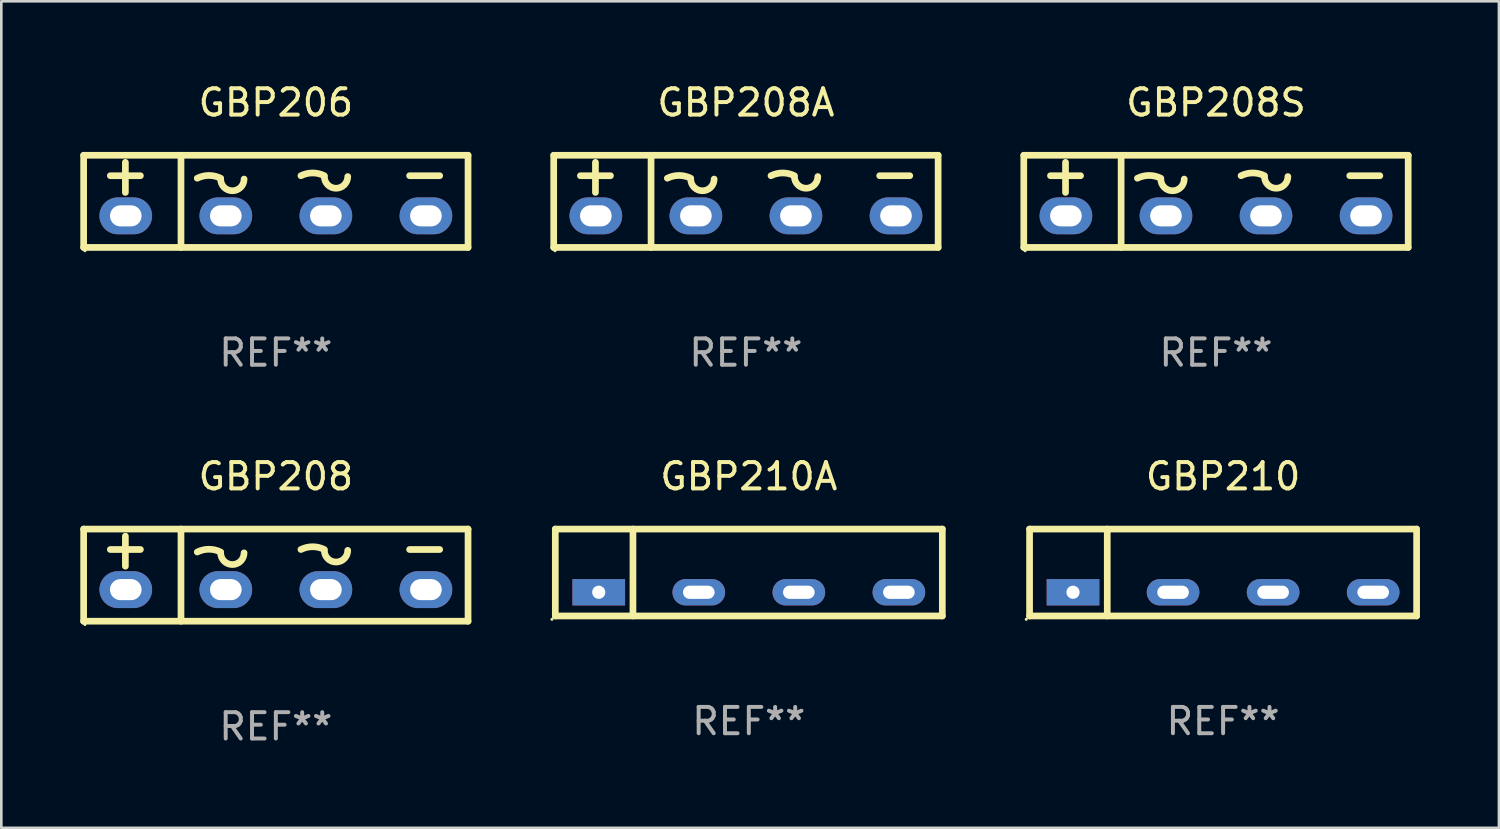
<source format=kicad_pcb>
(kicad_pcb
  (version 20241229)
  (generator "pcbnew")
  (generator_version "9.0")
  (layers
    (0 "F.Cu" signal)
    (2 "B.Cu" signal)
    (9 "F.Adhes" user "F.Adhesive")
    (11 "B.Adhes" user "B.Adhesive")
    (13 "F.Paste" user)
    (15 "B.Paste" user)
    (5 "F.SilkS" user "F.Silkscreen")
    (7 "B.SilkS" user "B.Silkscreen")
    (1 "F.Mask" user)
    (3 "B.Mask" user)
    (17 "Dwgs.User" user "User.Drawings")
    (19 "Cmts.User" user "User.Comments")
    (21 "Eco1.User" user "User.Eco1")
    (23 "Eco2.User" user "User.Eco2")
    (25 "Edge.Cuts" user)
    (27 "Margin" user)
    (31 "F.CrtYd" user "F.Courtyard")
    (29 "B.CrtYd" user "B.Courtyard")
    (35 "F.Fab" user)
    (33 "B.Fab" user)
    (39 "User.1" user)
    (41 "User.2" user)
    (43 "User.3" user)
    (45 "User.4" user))
  (footprint "GBP210"
    (layer "F.Cu")
    (at 43.405 18.695)
    (property "Reference" "GBP210" (at 0 -3.65 0) (layer "F.SilkS") (effects (font (size 1 1) (thickness 0.15))))
    (attr through_hole)
    (fp_line (start -7.35 -1.65) (end 7.35 -1.65) (stroke (width 0.254) (type solid)) (layer "F.SilkS"))
    (fp_line (start -7.35 1.65) (end -7.35 -1.65) (stroke (width 0.254) (type solid)) (layer "F.SilkS"))
    (fp_line (start -4.4 -1.65) (end -4.4 1.65) (stroke (width 0.254) (type solid)) (layer "F.SilkS"))
    (fp_line (start 7.35 -1.65) (end 7.35 1.65) (stroke (width 0.254) (type solid)) (layer "F.SilkS"))
    (fp_line (start 7.35 1.65) (end -7.35 1.65) (stroke (width 0.254) (type solid)) (layer "F.SilkS"))
    (fp_circle (center -7.477 1.777) (end -7.447 1.777) (stroke (width 0.06) (type solid)) (fill no) (layer "F.SilkS"))
    (fp_text user "REF**" (at 0 5.65 0) (layer "F.Fab") (effects (font (size 1 1) (thickness 0.15))))
    (pad "1" thru_hole rect (at -5.7 0.75) (size 2 1) (drill 0.5) (layers "*.Cu" "*.Mask"))
    (pad "2" thru_hole oval (at -1.9 0.75) (size 2 1) (drill oval 1.2 0.5) (layers "*.Cu" "*.Mask"))
    (pad "3" thru_hole oval (at 1.9 0.75) (size 2 1) (drill oval 1.2 0.5) (layers "*.Cu" "*.Mask"))
    (pad "4" thru_hole oval (at 5.7 0.75) (size 2 1) (drill oval 1.2 0.5) (layers "*.Cu" "*.Mask")))
  (footprint "GBP208"
    (layer "F.Cu")
    (at 7.427 18.795)
    (property "Reference" "GBP208" (at 0 -3.75 0) (layer "F.SilkS") (effects (font (size 1 1) (thickness 0.15))))
    (attr through_hole)
    (fp_line (start -7.3 -1.75) (end 7.3 -1.75) (stroke (width 0.254) (type solid)) (layer "F.SilkS"))
    (fp_line (start -7.3 1.75) (end -7.3 -1.75) (stroke (width 0.254) (type solid)) (layer "F.SilkS"))
    (fp_line (start -6.287 -0.974) (end -5.144 -0.974) (stroke (width 0.254) (type solid)) (layer "F.SilkS"))
    (fp_line (start -5.715 -0.339) (end -5.715 -1.482) (stroke (width 0.254) (type solid)) (layer "F.SilkS"))
    (fp_line (start -3.603 -1.75) (end -3.603 1.75) (stroke (width 0.254) (type solid)) (layer "F.SilkS"))
    (fp_line (start 5.08 -0.974) (end 6.223 -0.974) (stroke (width 0.254) (type solid)) (layer "F.SilkS"))
    (fp_line (start 7.3 1.75) (end -7.3 1.75) (stroke (width 0.254) (type solid)) (layer "F.SilkS"))
    (fp_line (start 7.3 1.75) (end 7.3 -1.75) (stroke (width 0.254) (type solid)) (layer "F.SilkS"))
    (fp_arc (start -2.984544 -0.87874) (mid -2.540043 -0.983672) (end -2.095542 -0.87874) (stroke (width 0.254001) (type solid)) (layer "F.SilkS"))
    (fp_arc (start -1.206515 -0.84699) (mid -1.651016 -0.402489) (end -2.095517 -0.84699) (stroke (width 0.254001) (type solid)) (layer "F.SilkS"))
    (fp_arc (start 0.952489 -0.97399) (mid 1.39699 -1.078923) (end 1.84149 -0.97399) (stroke (width 0.254001) (type solid)) (layer "F.SilkS"))
    (fp_arc (start 2.730518 -0.94224) (mid 2.286017 -0.497739) (end 1.841516 -0.94224) (stroke (width 0.254001) (type solid)) (layer "F.SilkS"))
    (fp_circle (center -7.25 1.875) (end -7.22 1.875) (stroke (width 0.06) (type solid)) (fill no) (layer "F.SilkS"))
    (fp_text user "REF**" (at 0 5.75 0) (layer "F.Fab") (effects (font (size 1 1) (thickness 0.15))))
    (pad "1" thru_hole oval (at -5.7 0.55) (size 2 1.4) (drill oval 1.2 0.8) (layers "*.Cu" "*.Mask"))
    (pad "2" thru_hole oval (at -1.9 0.55) (size 2 1.4) (drill oval 1.2 0.8) (layers "*.Cu" "*.Mask"))
    (pad "3" thru_hole oval (at 1.9 0.55) (size 2 1.4) (drill oval 1.2 0.8) (layers "*.Cu" "*.Mask"))
    (pad "4" thru_hole oval (at 5.7 0.55) (size 2 1.4) (drill oval 1.2 0.8) (layers "*.Cu" "*.Mask")))
  (footprint "GBP210A"
    (layer "F.Cu")
    (at 25.391 18.695)
    (property "Reference" "GBP210A" (at 0 -3.65 0) (layer "F.SilkS") (effects (font (size 1 1) (thickness 0.15))))
    (attr through_hole)
    (fp_line (start -7.35 -1.65) (end 7.35 -1.65) (stroke (width 0.254) (type solid)) (layer "F.SilkS"))
    (fp_line (start -7.35 1.65) (end -7.35 -1.65) (stroke (width 0.254) (type solid)) (layer "F.SilkS"))
    (fp_line (start -4.4 -1.65) (end -4.4 1.65) (stroke (width 0.254) (type solid)) (layer "F.SilkS"))
    (fp_line (start 7.35 -1.65) (end 7.35 1.65) (stroke (width 0.254) (type solid)) (layer "F.SilkS"))
    (fp_line (start 7.35 1.65) (end -7.35 1.65) (stroke (width 0.254) (type solid)) (layer "F.SilkS"))
    (fp_circle (center -7.477 1.777) (end -7.447 1.777) (stroke (width 0.06) (type solid)) (fill no) (layer "F.SilkS"))
    (fp_text user "REF**" (at 0 5.65 0) (layer "F.Fab") (effects (font (size 1 1) (thickness 0.15))))
    (pad "1" thru_hole rect (at -5.7 0.75) (size 2 1) (drill 0.5) (layers "*.Cu" "*.Mask"))
    (pad "2" thru_hole oval (at -1.9 0.75) (size 2 1) (drill oval 1.2 0.5) (layers "*.Cu" "*.Mask"))
    (pad "3" thru_hole oval (at 1.9 0.75) (size 2 1) (drill oval 1.2 0.5) (layers "*.Cu" "*.Mask"))
    (pad "4" thru_hole oval (at 5.7 0.75) (size 2 1) (drill oval 1.2 0.5) (layers "*.Cu" "*.Mask")))
  (footprint "GBP206"
    (layer "F.Cu")
    (at 7.427 4.598)
    (property "Reference" "GBP206" (at 0 -3.75 0) (layer "F.SilkS") (effects (font (size 1 1) (thickness 0.15))))
    (attr through_hole)
    (fp_line (start -7.3 -1.75) (end 7.3 -1.75) (stroke (width 0.254) (type solid)) (layer "F.SilkS"))
    (fp_line (start -7.3 1.75) (end -7.3 -1.75) (stroke (width 0.254) (type solid)) (layer "F.SilkS"))
    (fp_line (start -6.287 -0.974) (end -5.144 -0.974) (stroke (width 0.254) (type solid)) (layer "F.SilkS"))
    (fp_line (start -5.715 -0.339) (end -5.715 -1.482) (stroke (width 0.254) (type solid)) (layer "F.SilkS"))
    (fp_line (start -3.603 -1.75) (end -3.603 1.75) (stroke (width 0.254) (type solid)) (layer "F.SilkS"))
    (fp_line (start 5.08 -0.974) (end 6.223 -0.974) (stroke (width 0.254) (type solid)) (layer "F.SilkS"))
    (fp_line (start 7.3 1.75) (end -7.3 1.75) (stroke (width 0.254) (type solid)) (layer "F.SilkS"))
    (fp_line (start 7.3 1.75) (end 7.3 -1.75) (stroke (width 0.254) (type solid)) (layer "F.SilkS"))
    (fp_arc (start -2.984544 -0.87874) (mid -2.540043 -0.983672) (end -2.095542 -0.87874) (stroke (width 0.254001) (type solid)) (layer "F.SilkS"))
    (fp_arc (start -1.206515 -0.84699) (mid -1.651016 -0.402489) (end -2.095517 -0.84699) (stroke (width 0.254001) (type solid)) (layer "F.SilkS"))
    (fp_arc (start 0.952489 -0.97399) (mid 1.39699 -1.078923) (end 1.84149 -0.97399) (stroke (width 0.254001) (type solid)) (layer "F.SilkS"))
    (fp_arc (start 2.730518 -0.94224) (mid 2.286017 -0.497739) (end 1.841516 -0.94224) (stroke (width 0.254001) (type solid)) (layer "F.SilkS"))
    (fp_circle (center -7.25 1.875) (end -7.22 1.875) (stroke (width 0.06) (type solid)) (fill no) (layer "F.SilkS"))
    (fp_text user "REF**" (at 0 5.75 0) (layer "F.Fab") (effects (font (size 1 1) (thickness 0.15))))
    (pad "1" thru_hole oval (at -5.7 0.55) (size 2 1.4) (drill oval 1.2 0.8) (layers "*.Cu" "*.Mask"))
    (pad "2" thru_hole oval (at -1.9 0.55) (size 2 1.4) (drill oval 1.2 0.8) (layers "*.Cu" "*.Mask"))
    (pad "3" thru_hole oval (at 1.9 0.55) (size 2 1.4) (drill oval 1.2 0.8) (layers "*.Cu" "*.Mask"))
    (pad "4" thru_hole oval (at 5.7 0.55) (size 2 1.4) (drill oval 1.2 0.8) (layers "*.Cu" "*.Mask")))
  (footprint "GBP208A"
    (layer "F.Cu")
    (at 25.281 4.598)
    (property "Reference" "GBP208A" (at 0 -3.75 0) (layer "F.SilkS") (effects (font (size 1 1) (thickness 0.15))))
    (attr through_hole)
    (fp_line (start -7.3 -1.75) (end 7.3 -1.75) (stroke (width 0.254) (type solid)) (layer "F.SilkS"))
    (fp_line (start -7.3 1.75) (end -7.3 -1.75) (stroke (width 0.254) (type solid)) (layer "F.SilkS"))
    (fp_line (start -6.287 -0.974) (end -5.144 -0.974) (stroke (width 0.254) (type solid)) (layer "F.SilkS"))
    (fp_line (start -5.715 -0.339) (end -5.715 -1.482) (stroke (width 0.254) (type solid)) (layer "F.SilkS"))
    (fp_line (start -3.603 -1.75) (end -3.603 1.75) (stroke (width 0.254) (type solid)) (layer "F.SilkS"))
    (fp_line (start 5.08 -0.974) (end 6.223 -0.974) (stroke (width 0.254) (type solid)) (layer "F.SilkS"))
    (fp_line (start 7.3 1.75) (end -7.3 1.75) (stroke (width 0.254) (type solid)) (layer "F.SilkS"))
    (fp_line (start 7.3 1.75) (end 7.3 -1.75) (stroke (width 0.254) (type solid)) (layer "F.SilkS"))
    (fp_arc (start -2.984544 -0.87874) (mid -2.540043 -0.983672) (end -2.095542 -0.87874) (stroke (width 0.254001) (type solid)) (layer "F.SilkS"))
    (fp_arc (start -1.206515 -0.84699) (mid -1.651016 -0.402489) (end -2.095517 -0.84699) (stroke (width 0.254001) (type solid)) (layer "F.SilkS"))
    (fp_arc (start 0.952489 -0.97399) (mid 1.39699 -1.078923) (end 1.84149 -0.97399) (stroke (width 0.254001) (type solid)) (layer "F.SilkS"))
    (fp_arc (start 2.730518 -0.94224) (mid 2.286017 -0.497739) (end 1.841516 -0.94224) (stroke (width 0.254001) (type solid)) (layer "F.SilkS"))
    (fp_circle (center -7.25 1.875) (end -7.22 1.875) (stroke (width 0.06) (type solid)) (fill no) (layer "F.SilkS"))
    (fp_text user "REF**" (at 0 5.75 0) (layer "F.Fab") (effects (font (size 1 1) (thickness 0.15))))
    (pad "1" thru_hole oval (at -5.7 0.55) (size 2 1.4) (drill oval 1.2 0.8) (layers "*.Cu" "*.Mask"))
    (pad "2" thru_hole oval (at -1.9 0.55) (size 2 1.4) (drill oval 1.2 0.8) (layers "*.Cu" "*.Mask"))
    (pad "3" thru_hole oval (at 1.9 0.55) (size 2 1.4) (drill oval 1.2 0.8) (layers "*.Cu" "*.Mask"))
    (pad "4" thru_hole oval (at 5.7 0.55) (size 2 1.4) (drill oval 1.2 0.8) (layers "*.Cu" "*.Mask")))
  (footprint "GBP208S"
    (layer "F.Cu")
    (at 43.135 4.598)
    (property "Reference" "GBP208S" (at 0 -3.75 0) (layer "F.SilkS") (effects (font (size 1 1) (thickness 0.15))))
    (attr through_hole)
    (fp_line (start -7.3 -1.75) (end 7.3 -1.75) (stroke (width 0.254) (type solid)) (layer "F.SilkS"))
    (fp_line (start -7.3 1.75) (end -7.3 -1.75) (stroke (width 0.254) (type solid)) (layer "F.SilkS"))
    (fp_line (start -6.287 -0.974) (end -5.144 -0.974) (stroke (width 0.254) (type solid)) (layer "F.SilkS"))
    (fp_line (start -5.715 -0.339) (end -5.715 -1.482) (stroke (width 0.254) (type solid)) (layer "F.SilkS"))
    (fp_line (start -3.603 -1.75) (end -3.603 1.75) (stroke (width 0.254) (type solid)) (layer "F.SilkS"))
    (fp_line (start 5.08 -0.974) (end 6.223 -0.974) (stroke (width 0.254) (type solid)) (layer "F.SilkS"))
    (fp_line (start 7.3 1.75) (end -7.3 1.75) (stroke (width 0.254) (type solid)) (layer "F.SilkS"))
    (fp_line (start 7.3 1.75) (end 7.3 -1.75) (stroke (width 0.254) (type solid)) (layer "F.SilkS"))
    (fp_arc (start -2.984544 -0.87874) (mid -2.540043 -0.983672) (end -2.095542 -0.87874) (stroke (width 0.254001) (type solid)) (layer "F.SilkS"))
    (fp_arc (start -1.206515 -0.84699) (mid -1.651016 -0.402489) (end -2.095517 -0.84699) (stroke (width 0.254001) (type solid)) (layer "F.SilkS"))
    (fp_arc (start 0.952489 -0.97399) (mid 1.39699 -1.078923) (end 1.84149 -0.97399) (stroke (width 0.254001) (type solid)) (layer "F.SilkS"))
    (fp_arc (start 2.730518 -0.94224) (mid 2.286017 -0.497739) (end 1.841516 -0.94224) (stroke (width 0.254001) (type solid)) (layer "F.SilkS"))
    (fp_circle (center -7.25 1.875) (end -7.22 1.875) (stroke (width 0.06) (type solid)) (fill no) (layer "F.SilkS"))
    (fp_text user "REF**" (at 0 5.75 0) (layer "F.Fab") (effects (font (size 1 1) (thickness 0.15))))
    (pad "1" thru_hole oval (at -5.7 0.55) (size 2 1.4) (drill oval 1.2 0.8) (layers "*.Cu" "*.Mask"))
    (pad "2" thru_hole oval (at -1.9 0.55) (size 2 1.4) (drill oval 1.2 0.8) (layers "*.Cu" "*.Mask"))
    (pad "3" thru_hole oval (at 1.9 0.55) (size 2 1.4) (drill oval 1.2 0.8) (layers "*.Cu" "*.Mask"))
    (pad "4" thru_hole oval (at 5.7 0.55) (size 2 1.4) (drill oval 1.2 0.8) (layers "*.Cu" "*.Mask")))
  (gr_rect
    (start -3 -3)
    (end 53.882 28.393)
    (stroke (width 0.1) (type default))
    (fill no)
    (layer "Edge.Cuts")))
</source>
